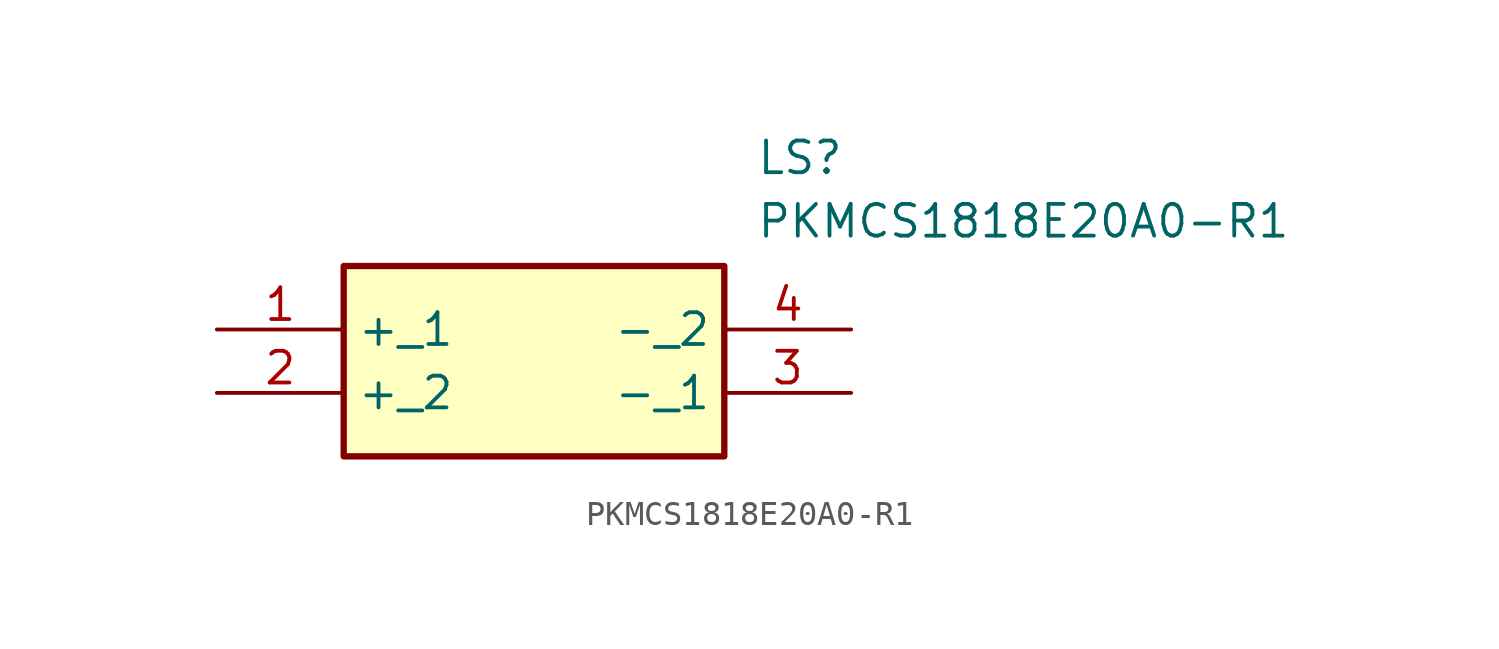
<source format=kicad_sym>
(kicad_symbol_lib
  (version 20241209)
  (generator "kicad_symbol_editor")
  (generator_version "9.0")
  (symbol "PKMCS1818E20A0-R1"
    (property "Reference" "LS"
      (at 21.59 7.62 0)
      (effects (font (size 1.27 1.27)) (justify left top)))
    (property "Value" "PKMCS1818E20A0-R1"
      (at 21.59 5.08 0)
      (effects (font (size 1.27 1.27)) (justify left top)))
    (symbol "PKMCS1818E20A0-R1_1_1"
      (rectangle (start 5.08 2.54) (end 20.32 -5.08) (stroke (width 0.254) (type default)) (fill (type background)))
      (pin passive line (at 0 0 0) (length 5.08) (name "+_1" (effects (font (size 1.27 1.27)))) (number "1" (effects (font (size 1.27 1.27)))))
      (pin passive line (at 0 -2.54 0) (length 5.08) (name "+_2" (effects (font (size 1.27 1.27)))) (number "2" (effects (font (size 1.27 1.27)))))
      (pin passive line (at 25.4 0 180) (length 5.08) (name "-_2" (effects (font (size 1.27 1.27)))) (number "4" (effects (font (size 1.27 1.27)))))
      (pin passive line (at 25.4 -2.54 180) (length 5.08) (name "-_1" (effects (font (size 1.27 1.27)))) (number "3" (effects (font (size 1.27 1.27))))))))
</source>
